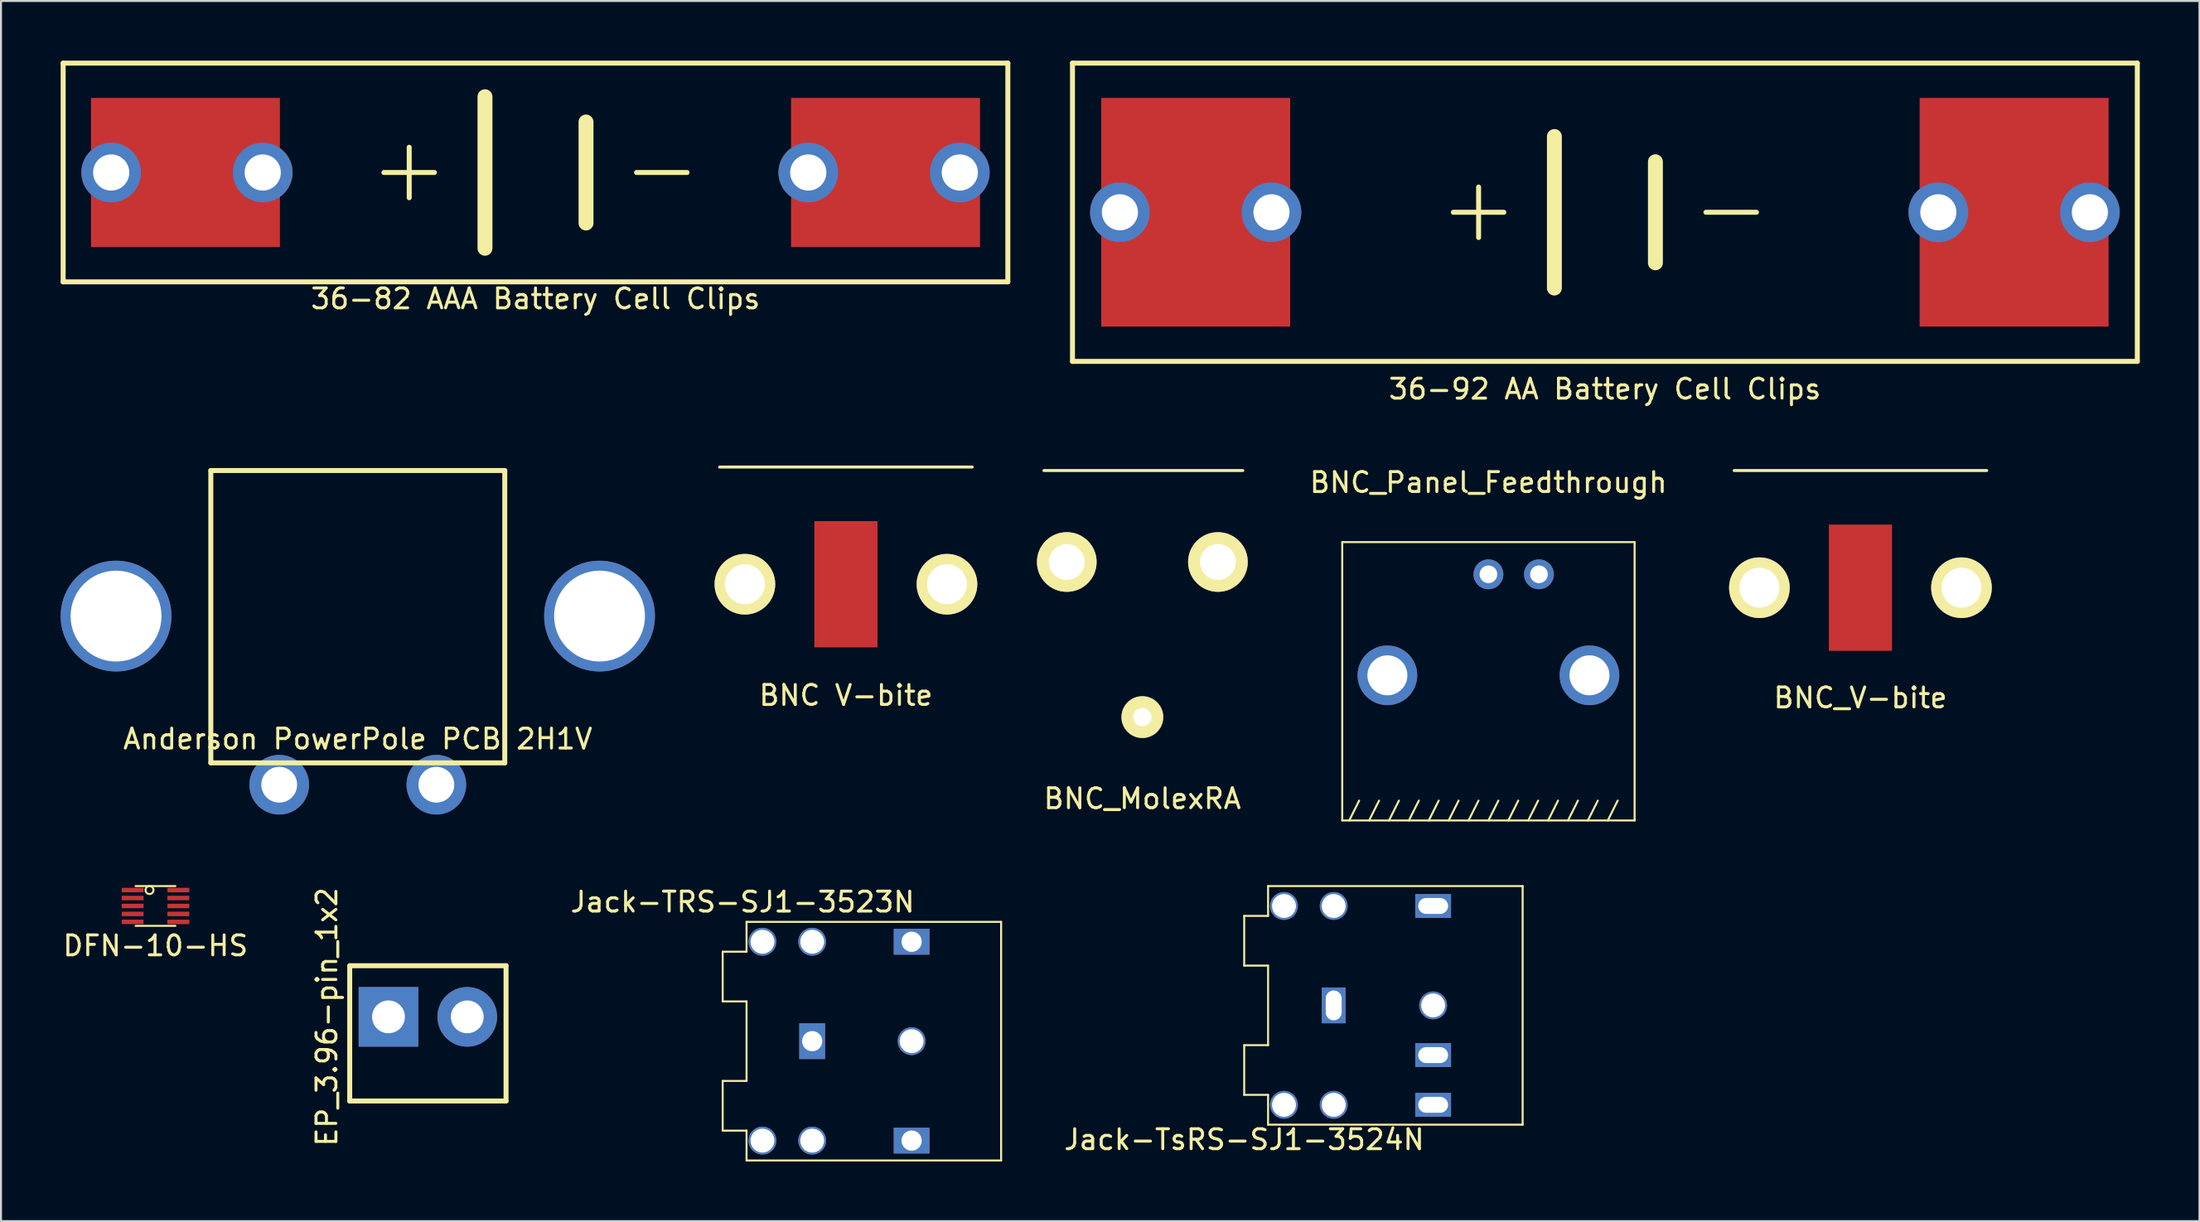
<source format=kicad_pcb>
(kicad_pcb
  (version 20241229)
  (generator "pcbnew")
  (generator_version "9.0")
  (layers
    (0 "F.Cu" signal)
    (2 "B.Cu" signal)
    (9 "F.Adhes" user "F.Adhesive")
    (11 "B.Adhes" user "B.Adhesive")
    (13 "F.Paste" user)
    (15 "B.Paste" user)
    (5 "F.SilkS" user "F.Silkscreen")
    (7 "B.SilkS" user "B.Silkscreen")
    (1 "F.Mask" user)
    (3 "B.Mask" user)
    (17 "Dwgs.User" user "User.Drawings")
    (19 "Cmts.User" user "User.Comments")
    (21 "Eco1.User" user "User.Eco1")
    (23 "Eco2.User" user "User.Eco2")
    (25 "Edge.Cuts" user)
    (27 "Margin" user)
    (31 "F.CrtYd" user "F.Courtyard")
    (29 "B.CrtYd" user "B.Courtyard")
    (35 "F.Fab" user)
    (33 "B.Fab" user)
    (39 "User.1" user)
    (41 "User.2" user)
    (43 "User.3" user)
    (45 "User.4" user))
  (footprint "EP_3.96-pin_1x2"
    (layer "F.Cu")
    (at 18.464 48.087)
    (property "Reference" "EP_3.96-pin_1x2" (at -5.08 0 90) (layer "F.SilkS") (effects (font (size 1 1) (thickness 0.15))))
    (attr through_hole)
    (fp_line (start -3.93 -2.57) (end 3.93 -2.57) (stroke (width 0.25) (type solid)) (layer "F.SilkS"))
    (fp_line (start -3.93 4.23) (end -3.93 -2.57) (stroke (width 0.25) (type solid)) (layer "F.SilkS"))
    (fp_line (start 3.93 -2.57) (end 3.93 4.23) (stroke (width 0.25) (type solid)) (layer "F.SilkS"))
    (fp_line (start 3.93 4.23) (end -3.93 4.23) (stroke (width 0.25) (type solid)) (layer "F.SilkS"))
    (pad "1" thru_hole rect (at -1.98 0) (size 3 3) (drill 1.65) (layers "*.Cu" "*.Mask"))
    (pad "2" thru_hole circle (at 1.98 0) (size 3 3) (drill 1.65) (layers "*.Cu" "*.Mask")))
  (footprint "36-92 AA Battery Cell Clips"
    (layer "F.Cu")
    (at 77.645 7.625)
    (property "Reference" "36-92 AA Battery Cell Clips" (at 0 8.89 0) (layer "F.SilkS") (effects (font (size 1 1) (thickness 0.15))))
    (attr through_hole)
    (fp_line (start -26.77 -7.5) (end -26.77 7.5) (stroke (width 0.25) (type solid)) (layer "F.SilkS"))
    (fp_line (start -26.77 7.5) (end 26.77 7.5) (stroke (width 0.25) (type solid)) (layer "F.SilkS"))
    (fp_line (start -6.35 -1.27) (end -6.35 1.27) (stroke (width 0.25) (type solid)) (layer "F.SilkS"))
    (fp_line (start -5.08 0) (end -7.62 0) (stroke (width 0.25) (type solid)) (layer "F.SilkS"))
    (fp_line (start -2.54 -3.81) (end -2.54 3.81) (stroke (width 0.75) (type solid)) (layer "F.SilkS"))
    (fp_line (start 2.54 -2.54) (end 2.54 2.54) (stroke (width 0.75) (type solid)) (layer "F.SilkS"))
    (fp_line (start 5.08 0) (end 7.62 0) (stroke (width 0.25) (type solid)) (layer "F.SilkS"))
    (fp_line (start 26.77 -7.5) (end -26.77 -7.5) (stroke (width 0.25) (type solid)) (layer "F.SilkS"))
    (fp_line (start 26.77 7.5) (end 26.77 -7.5) (stroke (width 0.25) (type solid)) (layer "F.SilkS"))
    (pad "1" thru_hole circle (at -24.385 0) (size 3 3) (drill 1.815) (layers "*.Cu" "*.Mask"))
    (pad "1" smd rect (at -20.575 0) (size 9.5 11.5) (layers "F.Cu" "F.Mask" "F.Paste"))
    (pad "1" thru_hole circle (at -16.765 0) (size 3 3) (drill 1.815) (layers "*.Cu" "*.Mask"))
    (pad "2" thru_hole circle (at 16.765 0) (size 3 3) (drill 1.815) (layers "*.Cu" "*.Mask"))
    (pad "2" smd rect (at 20.575 0) (size 9.5 11.5) (layers "F.Cu" "F.Mask" "F.Paste"))
    (pad "2" thru_hole circle (at 24.385 0) (size 3 3) (drill 1.815) (layers "*.Cu" "*.Mask")))
  (footprint "BNC V-bite"
    (layer "F.Cu")
    (at 39.484 26.331)
    (property "Reference" "BNC V-bite" (at 0 5.588 0) (layer "F.SilkS") (effects (font (size 1 1) (thickness 0.15))))
    (attr through_hole)
    (fp_line (start 6.35 -5.893) (end -6.35 -5.893) (stroke (width 0.15) (type solid)) (layer "F.SilkS"))
    (pad "1" smd rect (at 0 0) (size 3.175 6.35) (layers "F.Cu" "F.Mask" "F.Paste"))
    (pad "2" thru_hole circle (at -5.08 0) (size 3.048 3.048) (drill 2.007) (layers "*.Cu" "*.Mask" "F.SilkS"))
    (pad "2" thru_hole circle (at 5.08 0) (size 3.048 3.048) (drill 2.007) (layers "*.Cu" "*.Mask" "F.SilkS")))
  (footprint "BNC_Panel_Feedthrough"
    (layer "F.Cu")
    (at 71.789 38.212)
    (property "Reference" "BNC_Panel_Feedthrough" (at 0 -17 0) (layer "F.SilkS") (effects (font (size 1 1) (thickness 0.15))))
    (attr through_hole)
    (fp_line (start -7.35 -14) (end 7.35 -14) (stroke (width 0.1) (type solid)) (layer "F.SilkS"))
    (fp_line (start -7.35 0) (end -7.35 -14) (stroke (width 0.1) (type solid)) (layer "F.SilkS"))
    (fp_line (start -7.35 0) (end 7.35 0) (stroke (width 0.1) (type solid)) (layer "F.SilkS"))
    (fp_line (start -7 0) (end -6.5 -1) (stroke (width 0.1) (type solid)) (layer "F.SilkS"))
    (fp_line (start -6 0) (end -5.5 -1) (stroke (width 0.1) (type solid)) (layer "F.SilkS"))
    (fp_line (start -5 0) (end -4.5 -1) (stroke (width 0.1) (type solid)) (layer "F.SilkS"))
    (fp_line (start -4 0) (end -3.5 -1) (stroke (width 0.1) (type solid)) (layer "F.SilkS"))
    (fp_line (start -3 0) (end -2.5 -1) (stroke (width 0.1) (type solid)) (layer "F.SilkS"))
    (fp_line (start -2 0) (end -1.5 -1) (stroke (width 0.1) (type solid)) (layer "F.SilkS"))
    (fp_line (start -1 0) (end -0.5 -1) (stroke (width 0.1) (type solid)) (layer "F.SilkS"))
    (fp_line (start 0 0) (end 0.5 -1) (stroke (width 0.1) (type solid)) (layer "F.SilkS"))
    (fp_line (start 1 0) (end 1.5 -1) (stroke (width 0.1) (type solid)) (layer "F.SilkS"))
    (fp_line (start 2 0) (end 2.5 -1) (stroke (width 0.1) (type solid)) (layer "F.SilkS"))
    (fp_line (start 3 0) (end 3.5 -1) (stroke (width 0.1) (type solid)) (layer "F.SilkS"))
    (fp_line (start 4 0) (end 4.5 -1) (stroke (width 0.1) (type solid)) (layer "F.SilkS"))
    (fp_line (start 5 0) (end 5.5 -1) (stroke (width 0.1) (type solid)) (layer "F.SilkS"))
    (fp_line (start 6 0) (end 6.5 -1) (stroke (width 0.1) (type solid)) (layer "F.SilkS"))
    (fp_line (start 7.35 0) (end 7.35 -14) (stroke (width 0.1) (type solid)) (layer "F.SilkS"))
    (pad "0" thru_hole circle (at -5.08 -7.3) (size 3 3) (drill 2.01) (layers "*.Cu" "*.Mask"))
    (pad "0" thru_hole circle (at 5.08 -7.3) (size 3 3) (drill 2.01) (layers "*.Cu" "*.Mask"))
    (pad "1" thru_hole circle (at 0 -12.38) (size 1.5 1.5) (drill 0.89) (layers "*.Cu" "*.Mask"))
    (pad "2" thru_hole circle (at 2.54 -12.38) (size 1.5 1.5) (drill 0.89) (layers "*.Cu" "*.Mask")))
  (footprint "BNC_MolexRA"
    (layer "F.Cu")
    (at 54.388 20.613)
    (property "Reference" "BNC_MolexRA" (at 0 16.5 0) (layer "F.SilkS") (effects (font (size 1 1) (thickness 0.15))))
    (attr through_hole)
    (fp_line (start 5.05 0) (end -4.95 0) (stroke (width 0.15) (type solid)) (layer "F.SilkS"))
    (pad "1" thru_hole circle (at 0 12.4) (size 2.1 2.1) (drill 0.92) (layers "*.Cu" "*.Mask" "F.SilkS"))
    (pad "2" thru_hole circle (at -3.8 4.6) (size 3 3) (drill 1.8) (layers "*.Cu" "*.Mask" "F.SilkS"))
    (pad "2" thru_hole circle (at 3.8 4.6) (size 3 3) (drill 1.8) (layers "*.Cu" "*.Mask" "F.SilkS")))
  (footprint "BNC_V-bite"
    (layer "F.Cu")
    (at 90.494 20.613)
    (property "Reference" "BNC_V-bite" (at 0 11.43 0) (layer "F.SilkS") (effects (font (size 1 1) (thickness 0.15))))
    (attr through_hole)
    (fp_line (start 6.35 0) (end -6.35 0) (stroke (width 0.15) (type solid)) (layer "F.SilkS"))
    (pad "1" smd rect (at 0 5.893) (size 3.175 6.35) (layers "F.Cu" "F.Mask" "F.Paste"))
    (pad "2" thru_hole circle (at -5.08 5.893) (size 3.048 3.048) (drill 2.007) (layers "*.Cu" "*.Mask" "F.SilkS"))
    (pad "2" thru_hole circle (at 5.08 5.893) (size 3.048 3.048) (drill 2.007) (layers "*.Cu" "*.Mask" "F.SilkS")))
  (footprint "Anderson PowerPole PCB 2H1V"
    (layer "F.Cu")
    (at 14.94 20.613)
    (property "Reference" "Anderson PowerPole PCB 2H1V" (at 0 13.5 0) (layer "F.SilkS") (effects (font (size 1 1) (thickness 0.15))))
    (attr through_hole)
    (fp_line (start -7.39 0) (end -7.39 14.7) (stroke (width 0.25) (type solid)) (layer "F.SilkS"))
    (fp_line (start -7.39 14.7) (end 7.39 14.7) (stroke (width 0.25) (type solid)) (layer "F.SilkS"))
    (fp_line (start 7.39 0) (end -7.39 0) (stroke (width 0.25) (type solid)) (layer "F.SilkS"))
    (fp_line (start 7.39 14.7) (end 7.39 0) (stroke (width 0.25) (type solid)) (layer "F.SilkS"))
    (pad "" np_thru_hole circle (at -12.155 7.32) (size 5.57 5.57) (drill 4.57) (layers "*.Cu" "*.Mask"))
    (pad "" np_thru_hole circle (at 12.155 7.32) (size 5.57 5.57) (drill 4.57) (layers "*.Cu" "*.Mask"))
    (pad "1" thru_hole circle (at -3.95 15.8) (size 3 3) (drill 1.8) (layers "*.Cu" "*.Mask"))
    (pad "2" thru_hole circle (at 3.95 15.8) (size 3 3) (drill 1.8) (layers "*.Cu" "*.Mask")))
  (footprint "Jack-TsRS-SJ1-3524N"
    (layer "F.Cu")
    (at 59.509 47.511)
    (property "Reference" "Jack-TsRS-SJ1-3524N" (at 0 6.75 0) (layer "F.SilkS") (effects (font (size 1 1) (thickness 0.15))))
    (attr through_hole)
    (fp_line (start 0 -4.5) (end 1.2 -4.5) (stroke (width 0.1) (type solid)) (layer "F.SilkS"))
    (fp_line (start 0 -2) (end 0 -4.5) (stroke (width 0.1) (type solid)) (layer "F.SilkS"))
    (fp_line (start 0 2) (end 1.2 2) (stroke (width 0.1) (type solid)) (layer "F.SilkS"))
    (fp_line (start 0 4.5) (end 0 2) (stroke (width 0.1) (type solid)) (layer "F.SilkS"))
    (fp_line (start 1.2 -6) (end 14 -6) (stroke (width 0.1) (type solid)) (layer "F.SilkS"))
    (fp_line (start 1.2 -4.5) (end 1.2 -6) (stroke (width 0.1) (type solid)) (layer "F.SilkS"))
    (fp_line (start 1.2 -2) (end 0 -2) (stroke (width 0.1) (type solid)) (layer "F.SilkS"))
    (fp_line (start 1.2 2) (end 1.2 -2) (stroke (width 0.1) (type solid)) (layer "F.SilkS"))
    (fp_line (start 1.2 4.5) (end 0 4.5) (stroke (width 0.1) (type solid)) (layer "F.SilkS"))
    (fp_line (start 1.2 6) (end 1.2 4.5) (stroke (width 0.1) (type solid)) (layer "F.SilkS"))
    (fp_line (start 14 -6) (end 14 6) (stroke (width 0.1) (type solid)) (layer "F.SilkS"))
    (fp_line (start 14 6) (end 1.2 6) (stroke (width 0.1) (type solid)) (layer "F.SilkS"))
    (pad "1" thru_hole rect (at 4.5 0) (size 1.2 1.8) (drill oval 0.8 1.5) (layers "*.Cu" "*.Mask"))
    (pad "2" thru_hole rect (at 9.5 5) (size 1.8 1.2) (drill oval 1.5 0.8) (layers "*.Cu" "*.Mask"))
    (pad "3" thru_hole rect (at 9.5 -5) (size 1.8 1.2) (drill oval 1.5 0.8) (layers "*.Cu" "*.Mask"))
    (pad "4" thru_hole rect (at 9.5 2.5) (size 1.8 1.2) (drill oval 1.5 0.8) (layers "*.Cu" "*.Mask"))
    (pad "~" thru_hole circle (at 2 -5) (size 1.4 1.4) (drill 1.2) (layers "*.Cu" "*.Mask"))
    (pad "~" thru_hole circle (at 2 5) (size 1.4 1.4) (drill 1.2) (layers "*.Cu" "*.Mask"))
    (pad "~" thru_hole circle (at 4.5 -5) (size 1.4 1.4) (drill 1.2) (layers "*.Cu" "*.Mask"))
    (pad "~" thru_hole circle (at 4.5 5) (size 1.4 1.4) (drill 1.2) (layers "*.Cu" "*.Mask"))
    (pad "~" thru_hole circle (at 9.5 0) (size 1.4 1.4) (drill 1.2) (layers "*.Cu" "*.Mask")))
  (footprint "DFN-10-HS"
    (layer "F.Cu")
    (at 4.768 42.511)
    (property "Reference" "DFN-10-HS" (at 0 2 0) (layer "F.SilkS") (effects (font (size 1 1) (thickness 0.15))))
    (attr through_hole)
    (fp_line (start 1 -1) (end -1 -1) (stroke (width 0.1) (type solid)) (layer "F.SilkS"))
    (fp_line (start 1 1) (end -1 1) (stroke (width 0.1) (type solid)) (layer "F.SilkS"))
    (fp_circle (center -0.3 -0.8) (end -0.1 -0.8) (stroke (width 0.1) (type solid)) (fill no) (layer "F.SilkS"))
    (pad "1" smd rect (at -1.15 -0.8) (size 1.1 0.225) (layers "F.Cu" "F.Mask" "F.Paste"))
    (pad "2" smd rect (at -1.15 -0.4) (size 1.1 0.225) (layers "F.Cu" "F.Mask" "F.Paste"))
    (pad "3" smd rect (at -1.15 0) (size 1.1 0.225) (layers "F.Cu" "F.Mask" "F.Paste"))
    (pad "4" smd rect (at -1.15 0.4) (size 1.1 0.225) (layers "F.Cu" "F.Mask" "F.Paste"))
    (pad "5" smd rect (at -1.15 0.8) (size 1.1 0.225) (layers "F.Cu" "F.Mask" "F.Paste"))
    (pad "6" smd rect (at 1.15 0.8) (size 1.1 0.225) (layers "F.Cu" "F.Mask" "F.Paste"))
    (pad "7" smd rect (at 1.15 0.4) (size 1.1 0.225) (layers "F.Cu" "F.Mask" "F.Paste"))
    (pad "8" smd rect (at 1.15 0) (size 1.1 0.225) (layers "F.Cu" "F.Mask" "F.Paste"))
    (pad "9" smd rect (at 1.15 -0.4) (size 1.1 0.225) (layers "F.Cu" "F.Mask" "F.Paste"))
    (pad "10" smd rect (at 1.15 -0.8) (size 1.1 0.225) (layers "F.Cu" "F.Mask" "F.Paste")))
  (footprint "36-82 AAA Battery Cell Clips"
    (layer "F.Cu")
    (at 23.875 5.625)
    (property "Reference" "36-82 AAA Battery Cell Clips" (at 0 6.35 0) (layer "F.SilkS") (effects (font (size 1 1) (thickness 0.15))))
    (attr through_hole)
    (fp_line (start -23.75 -5.5) (end 23.75 -5.5) (stroke (width 0.25) (type solid)) (layer "F.SilkS"))
    (fp_line (start -23.75 5.5) (end -23.75 -5.5) (stroke (width 0.25) (type solid)) (layer "F.SilkS"))
    (fp_line (start -6.35 -1.27) (end -6.35 1.27) (stroke (width 0.25) (type solid)) (layer "F.SilkS"))
    (fp_line (start -5.08 0) (end -7.62 0) (stroke (width 0.25) (type solid)) (layer "F.SilkS"))
    (fp_line (start -2.54 3.81) (end -2.54 -3.81) (stroke (width 0.75) (type solid)) (layer "F.SilkS"))
    (fp_line (start 2.54 2.54) (end 2.54 -2.54) (stroke (width 0.75) (type solid)) (layer "F.SilkS"))
    (fp_line (start 5.08 0) (end 7.62 0) (stroke (width 0.25) (type solid)) (layer "F.SilkS"))
    (fp_line (start 23.75 -5.5) (end 23.75 5.5) (stroke (width 0.25) (type solid)) (layer "F.SilkS"))
    (fp_line (start 23.75 5.5) (end -23.75 5.5) (stroke (width 0.25) (type solid)) (layer "F.SilkS"))
    (pad "1" thru_hole circle (at -21.335 0) (size 3 3) (drill 1.82) (layers "*.Cu" "*.Mask"))
    (pad "1" smd rect (at -17.6 0) (size 9.5 7.5) (layers "F.Cu" "F.Mask" "F.Paste"))
    (pad "1" thru_hole circle (at -13.715 0) (size 3 3) (drill 1.82) (layers "*.Cu" "*.Mask"))
    (pad "2" thru_hole circle (at 13.715 0) (size 3 3) (drill 1.82) (layers "*.Cu" "*.Mask"))
    (pad "2" smd rect (at 17.6 0) (size 9.5 7.5) (layers "F.Cu" "F.Mask" "F.Paste"))
    (pad "2" thru_hole circle (at 21.335 0) (size 3 3) (drill 1.82) (layers "*.Cu" "*.Mask")))
  (footprint "Jack-TRS-SJ1-3523N"
    (layer "F.Cu")
    (at 33.287 49.31)
    (property "Reference" "Jack-TRS-SJ1-3523N" (at 1 -7 0) (layer "F.SilkS") (effects (font (size 1 1) (thickness 0.15))))
    (attr through_hole)
    (fp_line (start 0 -4.5) (end 1.2 -4.5) (stroke (width 0.1) (type solid)) (layer "F.SilkS"))
    (fp_line (start 0 -2) (end 0 -4.5) (stroke (width 0.1) (type solid)) (layer "F.SilkS"))
    (fp_line (start 0 2) (end 1.2 2) (stroke (width 0.1) (type solid)) (layer "F.SilkS"))
    (fp_line (start 0 4.5) (end 0 2) (stroke (width 0.1) (type solid)) (layer "F.SilkS"))
    (fp_line (start 1.2 -6) (end 14 -6) (stroke (width 0.1) (type solid)) (layer "F.SilkS"))
    (fp_line (start 1.2 -4.5) (end 1.2 -6) (stroke (width 0.1) (type solid)) (layer "F.SilkS"))
    (fp_line (start 1.2 -2) (end 0 -2) (stroke (width 0.1) (type solid)) (layer "F.SilkS"))
    (fp_line (start 1.2 2) (end 1.2 -2) (stroke (width 0.1) (type solid)) (layer "F.SilkS"))
    (fp_line (start 1.2 4.5) (end 0 4.5) (stroke (width 0.1) (type solid)) (layer "F.SilkS"))
    (fp_line (start 1.2 6) (end 1.2 4.5) (stroke (width 0.1) (type solid)) (layer "F.SilkS"))
    (fp_line (start 14 -6) (end 14 6) (stroke (width 0.1) (type solid)) (layer "F.SilkS"))
    (fp_line (start 14 6) (end 1.2 6) (stroke (width 0.1) (type solid)) (layer "F.SilkS"))
    (pad "1" thru_hole rect (at 4.5 0) (size 1.3 1.8) (drill 1.016) (layers "*.Cu" "*.Mask"))
    (pad "2" thru_hole rect (at 9.5 5) (size 1.8 1.3) (drill 1.016) (layers "*.Cu" "*.Mask"))
    (pad "3" thru_hole rect (at 9.5 -5) (size 1.8 1.3) (drill 1.016) (layers "*.Cu" "*.Mask"))
    (pad "~" thru_hole circle (at 2 -5) (size 1.4 1.4) (drill 1.2) (layers "*.Cu" "*.Mask"))
    (pad "~" thru_hole circle (at 2 5) (size 1.4 1.4) (drill 1.2) (layers "*.Cu" "*.Mask"))
    (pad "~" thru_hole circle (at 4.5 -5) (size 1.4 1.4) (drill 1.2) (layers "*.Cu" "*.Mask"))
    (pad "~" thru_hole circle (at 4.5 5) (size 1.4 1.4) (drill 1.2) (layers "*.Cu" "*.Mask"))
    (pad "~" thru_hole circle (at 9.5 0) (size 1.4 1.4) (drill 1.2) (layers "*.Cu" "*.Mask")))
  (gr_rect
    (start -3 -3)
    (end 107.54 58.36)
    (stroke (width 0.1) (type default))
    (fill no)
    (layer "Edge.Cuts")))
</source>
